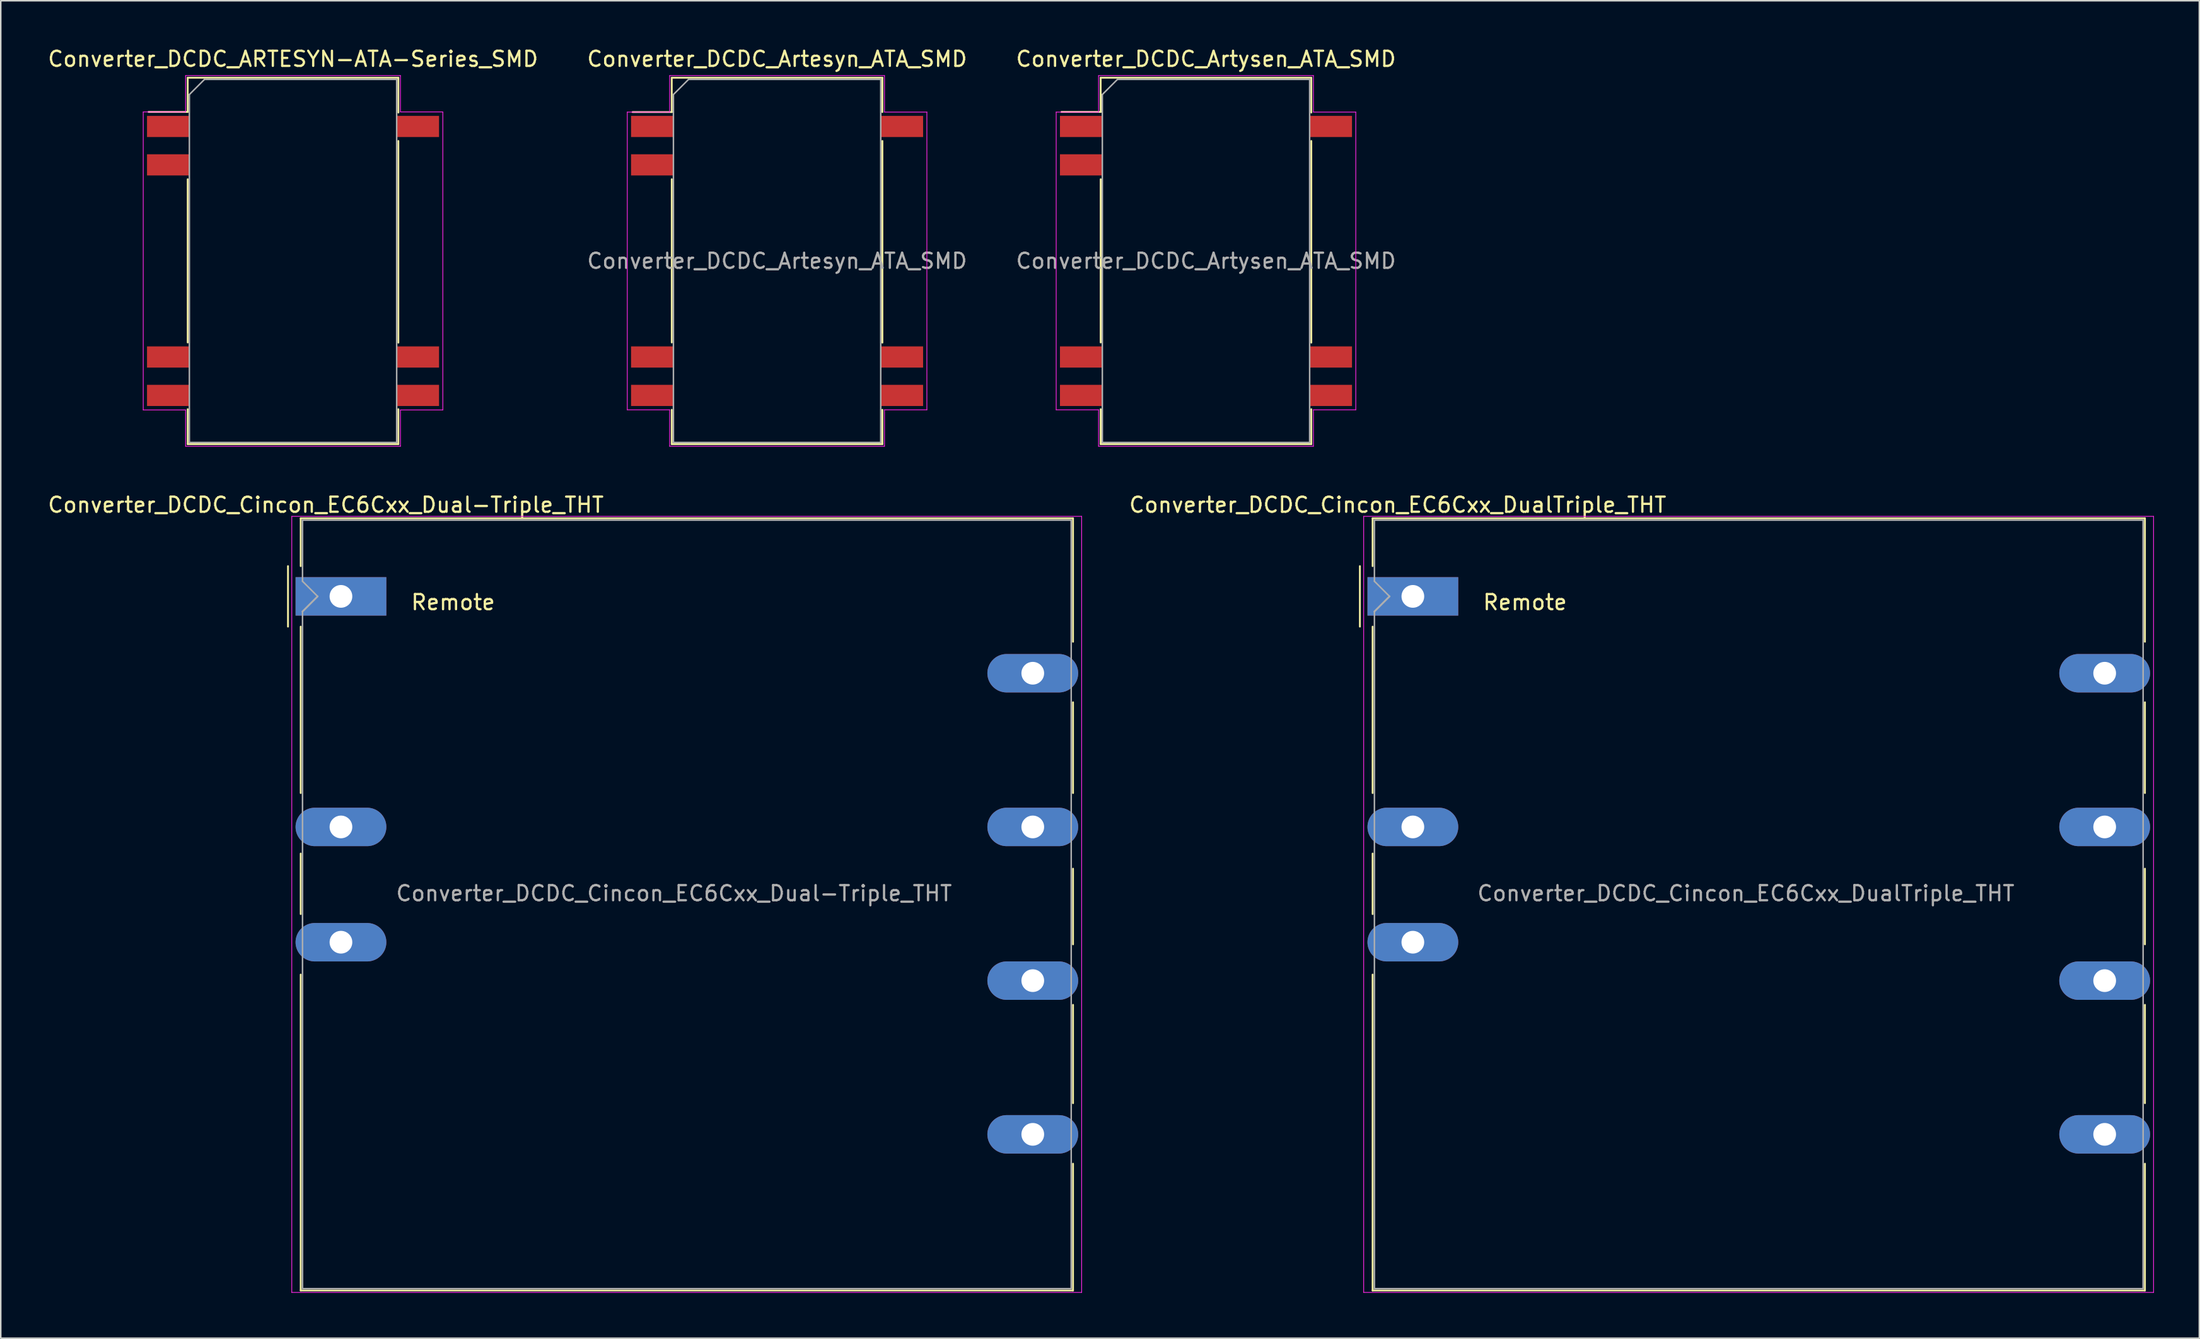
<source format=kicad_pcb>
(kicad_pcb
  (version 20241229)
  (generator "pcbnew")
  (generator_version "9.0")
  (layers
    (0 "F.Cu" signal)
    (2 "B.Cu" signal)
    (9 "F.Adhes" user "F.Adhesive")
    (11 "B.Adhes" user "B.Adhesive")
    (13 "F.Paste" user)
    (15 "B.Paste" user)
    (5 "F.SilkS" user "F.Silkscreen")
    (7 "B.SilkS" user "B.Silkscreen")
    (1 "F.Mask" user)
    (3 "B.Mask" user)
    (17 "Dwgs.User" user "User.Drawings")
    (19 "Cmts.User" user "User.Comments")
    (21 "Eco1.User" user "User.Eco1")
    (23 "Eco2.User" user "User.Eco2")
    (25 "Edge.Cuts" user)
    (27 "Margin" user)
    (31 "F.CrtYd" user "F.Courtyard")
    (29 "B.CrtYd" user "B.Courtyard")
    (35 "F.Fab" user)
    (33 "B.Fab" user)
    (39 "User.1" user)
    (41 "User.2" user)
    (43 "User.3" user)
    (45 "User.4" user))
  (footprint "Converter_DCDC_Artysen_ATA_SMD"
    (layer "F.Cu")
    (at 76.649 14.198)
    (property "Reference" "Converter_DCDC_Artysen_ATA_SMD" (at 0 -13.35 0) (layer "F.SilkS") (effects (font (size 1 1) (thickness 0.15))))
    (attr smd)
    (fp_line (start -6.96 -12.11) (end -6.96 -9.85) (stroke (width 0.12) (type solid)) (layer "F.SilkS"))
    (fp_line (start -6.96 -9.85) (end -9.55 -9.85) (stroke (width 0.12) (type solid)) (layer "F.SilkS"))
    (fp_line (start -6.96 -5.4) (end -6.96 5.39) (stroke (width 0.12) (type solid)) (layer "F.SilkS"))
    (fp_line (start -6.96 9.8) (end -6.96 12.11) (stroke (width 0.12) (type solid)) (layer "F.SilkS"))
    (fp_line (start 6.96 -12.11) (end -6.96 -12.11) (stroke (width 0.12) (type solid)) (layer "F.SilkS"))
    (fp_line (start 6.96 -12.11) (end 6.96 -9.81) (stroke (width 0.12) (type solid)) (layer "F.SilkS"))
    (fp_line (start 6.96 -7.93) (end 6.96 5.4) (stroke (width 0.12) (type solid)) (layer "F.SilkS"))
    (fp_line (start 6.96 9.8) (end 6.96 12.11) (stroke (width 0.12) (type solid)) (layer "F.SilkS"))
    (fp_line (start 6.96 12.11) (end -6.96 12.11) (stroke (width 0.12) (type solid)) (layer "F.SilkS"))
    (fp_line (start -9.9 -9.84) (end -9.9 9.84) (stroke (width 0.05) (type solid)) (layer "F.CrtYd"))
    (fp_line (start -9.9 -9.84) (end -7.1 -9.84) (stroke (width 0.05) (type solid)) (layer "F.CrtYd"))
    (fp_line (start -9.9 9.84) (end -7.1 9.84) (stroke (width 0.05) (type solid)) (layer "F.CrtYd"))
    (fp_line (start -7.1 -9.84) (end -7.1 -12.25) (stroke (width 0.05) (type solid)) (layer "F.CrtYd"))
    (fp_line (start -7.1 9.84) (end -7.1 12.25) (stroke (width 0.05) (type solid)) (layer "F.CrtYd"))
    (fp_line (start -7.1 12.25) (end 7.1 12.25) (stroke (width 0.05) (type solid)) (layer "F.CrtYd"))
    (fp_line (start 7.1 -12.25) (end -7.1 -12.25) (stroke (width 0.05) (type solid)) (layer "F.CrtYd"))
    (fp_line (start 7.1 -12.25) (end 7.1 -9.84) (stroke (width 0.05) (type solid)) (layer "F.CrtYd"))
    (fp_line (start 7.1 -9.84) (end 9.9 -9.84) (stroke (width 0.05) (type solid)) (layer "F.CrtYd"))
    (fp_line (start 7.1 9.84) (end 7.1 12.25) (stroke (width 0.05) (type solid)) (layer "F.CrtYd"))
    (fp_line (start 9.9 9.84) (end 7.1 9.84) (stroke (width 0.05) (type solid)) (layer "F.CrtYd"))
    (fp_line (start 9.9 9.84) (end 9.9 -9.84) (stroke (width 0.05) (type solid)) (layer "F.CrtYd"))
    (fp_line (start -6.85 -11) (end -6.85 12) (stroke (width 0.1) (type solid)) (layer "F.Fab"))
    (fp_line (start -6.85 -11) (end -5.85 -12) (stroke (width 0.1) (type solid)) (layer "F.Fab"))
    (fp_line (start -6.85 12) (end 6.85 12) (stroke (width 0.1) (type solid)) (layer "F.Fab"))
    (fp_line (start 6.85 -12) (end -5.85 -12) (stroke (width 0.1) (type solid)) (layer "F.Fab"))
    (fp_line (start 6.85 12) (end 6.85 -12) (stroke (width 0.1) (type solid)) (layer "F.Fab"))
    (fp_text user "${REFERENCE}" (at 0 0 0) (layer "F.Fab") (effects (font (size 1 1) (thickness 0.15))))
    (pad "1" smd rect (at -8.25 -8.89) (size 2.8 1.4) (layers "F.Cu" "F.Mask" "F.Paste"))
    (pad "2" smd rect (at -8.25 -6.35) (size 2.8 1.4) (layers "F.Cu" "F.Mask" "F.Paste"))
    (pad "7" smd rect (at -8.25 6.35) (size 2.8 1.4) (layers "F.Cu" "F.Mask" "F.Paste"))
    (pad "8" smd rect (at -8.25 8.89) (size 2.8 1.4) (layers "F.Cu" "F.Mask" "F.Paste"))
    (pad "9" smd rect (at 8.25 8.89) (size 2.8 1.4) (layers "F.Cu" "F.Mask" "F.Paste"))
    (pad "10" smd rect (at 8.25 6.35) (size 2.8 1.4) (layers "F.Cu" "F.Mask" "F.Paste"))
    (pad "16" smd rect (at 8.25 -8.89) (size 2.8 1.4) (layers "F.Cu" "F.Mask" "F.Paste")))
  (footprint "Converter_DCDC_Artesyn_ATA_SMD"
    (layer "F.Cu")
    (at 48.304 14.198)
    (property "Reference" "Converter_DCDC_Artesyn_ATA_SMD" (at 0 -13.35 0) (layer "F.SilkS") (effects (font (size 1 1) (thickness 0.15))))
    (attr smd)
    (fp_line (start -6.96 -12.11) (end -6.96 -9.84) (stroke (width 0.12) (type solid)) (layer "F.SilkS"))
    (fp_line (start -6.96 -9.84) (end -9.55 -9.84) (stroke (width 0.12) (type solid)) (layer "F.SilkS"))
    (fp_line (start -6.96 -5.4) (end -6.96 5.39) (stroke (width 0.12) (type solid)) (layer "F.SilkS"))
    (fp_line (start -6.96 9.84) (end -6.96 12.11) (stroke (width 0.12) (type solid)) (layer "F.SilkS"))
    (fp_line (start 6.96 -12.11) (end -6.96 -12.11) (stroke (width 0.12) (type solid)) (layer "F.SilkS"))
    (fp_line (start 6.96 -12.11) (end 6.96 -9.84) (stroke (width 0.12) (type solid)) (layer "F.SilkS"))
    (fp_line (start 6.96 -7.93) (end 6.96 5.4) (stroke (width 0.12) (type solid)) (layer "F.SilkS"))
    (fp_line (start 6.96 9.84) (end 6.96 12.11) (stroke (width 0.12) (type solid)) (layer "F.SilkS"))
    (fp_line (start 6.96 12.11) (end -6.96 12.11) (stroke (width 0.12) (type solid)) (layer "F.SilkS"))
    (fp_line (start -9.9 -9.84) (end -9.9 9.84) (stroke (width 0.05) (type solid)) (layer "F.CrtYd"))
    (fp_line (start -9.9 -9.84) (end -7.1 -9.84) (stroke (width 0.05) (type solid)) (layer "F.CrtYd"))
    (fp_line (start -9.9 9.84) (end -7.1 9.84) (stroke (width 0.05) (type solid)) (layer "F.CrtYd"))
    (fp_line (start -7.1 -9.84) (end -7.1 -12.25) (stroke (width 0.05) (type solid)) (layer "F.CrtYd"))
    (fp_line (start -7.1 9.84) (end -7.1 12.25) (stroke (width 0.05) (type solid)) (layer "F.CrtYd"))
    (fp_line (start -7.1 12.25) (end 7.1 12.25) (stroke (width 0.05) (type solid)) (layer "F.CrtYd"))
    (fp_line (start 7.1 -12.25) (end -7.1 -12.25) (stroke (width 0.05) (type solid)) (layer "F.CrtYd"))
    (fp_line (start 7.1 -12.25) (end 7.1 -9.84) (stroke (width 0.05) (type solid)) (layer "F.CrtYd"))
    (fp_line (start 7.1 -9.84) (end 9.9 -9.84) (stroke (width 0.05) (type solid)) (layer "F.CrtYd"))
    (fp_line (start 7.1 9.84) (end 7.1 12.25) (stroke (width 0.05) (type solid)) (layer "F.CrtYd"))
    (fp_line (start 9.9 9.84) (end 7.1 9.84) (stroke (width 0.05) (type solid)) (layer "F.CrtYd"))
    (fp_line (start 9.9 9.84) (end 9.9 -9.84) (stroke (width 0.05) (type solid)) (layer "F.CrtYd"))
    (fp_line (start -6.85 -11) (end -6.85 12) (stroke (width 0.1) (type solid)) (layer "F.Fab"))
    (fp_line (start -6.85 -11) (end -5.85 -12) (stroke (width 0.1) (type solid)) (layer "F.Fab"))
    (fp_line (start -6.85 12) (end 6.85 12) (stroke (width 0.1) (type solid)) (layer "F.Fab"))
    (fp_line (start 6.85 -12) (end -5.85 -12) (stroke (width 0.1) (type solid)) (layer "F.Fab"))
    (fp_line (start 6.85 12) (end 6.85 -12) (stroke (width 0.1) (type solid)) (layer "F.Fab"))
    (fp_text user "${REFERENCE}" (at 0 0 0) (layer "F.Fab") (effects (font (size 1 1) (thickness 0.15))))
    (pad "1" smd rect (at -8.25 -8.89) (size 2.8 1.4) (layers "F.Cu" "F.Mask" "F.Paste"))
    (pad "2" smd rect (at -8.25 -6.35) (size 2.8 1.4) (layers "F.Cu" "F.Mask" "F.Paste"))
    (pad "7" smd rect (at -8.25 6.35) (size 2.8 1.4) (layers "F.Cu" "F.Mask" "F.Paste"))
    (pad "8" smd rect (at -8.25 8.89) (size 2.8 1.4) (layers "F.Cu" "F.Mask" "F.Paste"))
    (pad "9" smd rect (at 8.25 8.89) (size 2.8 1.4) (layers "F.Cu" "F.Mask" "F.Paste"))
    (pad "10" smd rect (at 8.25 6.35) (size 2.8 1.4) (layers "F.Cu" "F.Mask" "F.Paste"))
    (pad "16" smd rect (at 8.25 -8.89) (size 2.8 1.4) (layers "F.Cu" "F.Mask" "F.Paste")))
  (footprint "Converter_DCDC_Cincon_EC6Cxx_DualTriple_THT"
    (layer "F.Cu")
    (at 90.32 36.371)
    (property "Reference" "Converter_DCDC_Cincon_EC6Cxx_DualTriple_THT" (at -1 -6.05 0) (layer "F.SilkS") (effects (font (size 1 1) (thickness 0.15))))
    (attr through_hole)
    (fp_line (start -3.5 -2) (end -3.5 2) (stroke (width 0.12) (type solid)) (layer "F.SilkS"))
    (fp_line (start -2.66 -5.16) (end 48.38 -5.16) (stroke (width 0.12) (type solid)) (layer "F.SilkS"))
    (fp_line (start -2.66 -2) (end -2.66 -5.16) (stroke (width 0.12) (type solid)) (layer "F.SilkS"))
    (fp_line (start -2.66 2) (end -2.66 13) (stroke (width 0.12) (type solid)) (layer "F.SilkS"))
    (fp_line (start -2.66 17) (end -2.66 21) (stroke (width 0.12) (type solid)) (layer "F.SilkS"))
    (fp_line (start -2.66 25) (end -2.66 45.88) (stroke (width 0.12) (type solid)) (layer "F.SilkS"))
    (fp_line (start 48.38 -5.16) (end 48.38 3) (stroke (width 0.12) (type solid)) (layer "F.SilkS"))
    (fp_line (start 48.38 7) (end 48.38 13) (stroke (width 0.12) (type solid)) (layer "F.SilkS"))
    (fp_line (start 48.38 18) (end 48.38 23) (stroke (width 0.12) (type solid)) (layer "F.SilkS"))
    (fp_line (start 48.38 27) (end 48.38 33.5) (stroke (width 0.12) (type solid)) (layer "F.SilkS"))
    (fp_line (start 48.38 45.88) (end -2.66 45.88) (stroke (width 0.12) (type solid)) (layer "F.SilkS"))
    (fp_line (start 48.38 45.88) (end 48.38 37.5) (stroke (width 0.12) (type solid)) (layer "F.SilkS"))
    (fp_line (start -3.25 -5.29) (end -3.25 46.01) (stroke (width 0.05) (type solid)) (layer "F.CrtYd"))
    (fp_line (start -3.25 -5.29) (end 48.95 -5.29) (stroke (width 0.05) (type solid)) (layer "F.CrtYd"))
    (fp_line (start -3.25 46.01) (end 48.95 46.01) (stroke (width 0.05) (type solid)) (layer "F.CrtYd"))
    (fp_line (start 48.95 -5.29) (end 48.95 46.01) (stroke (width 0.05) (type solid)) (layer "F.CrtYd"))
    (fp_line (start -2.54 -5.04) (end 48.26 -5.04) (stroke (width 0.1) (type solid)) (layer "F.Fab"))
    (fp_line (start -2.54 -1) (end -2.54 -5.04) (stroke (width 0.1) (type solid)) (layer "F.Fab"))
    (fp_line (start -2.54 -1) (end -1.54 0) (stroke (width 0.1) (type solid)) (layer "F.Fab"))
    (fp_line (start -2.54 45.76) (end -2.54 1) (stroke (width 0.1) (type solid)) (layer "F.Fab"))
    (fp_line (start -1.54 0) (end -2.54 1) (stroke (width 0.12) (type solid)) (layer "F.Fab"))
    (fp_line (start 48.26 45.76) (end -2.54 45.76) (stroke (width 0.1) (type solid)) (layer "F.Fab"))
    (fp_line (start 48.26 45.76) (end 48.26 -5.04) (stroke (width 0.1) (type solid)) (layer "F.Fab"))
    (fp_text user "Remote" (at 7.414 0.391 0) (layer "F.SilkS") (effects (font (size 1 1) (thickness 0.15))))
    (fp_text user "${REFERENCE}" (at 22.01 19.63 0) (layer "F.Fab") (effects (font (size 1 1) (thickness 0.15))))
    (pad "1" thru_hole rect (at 0 0) (size 5.999 2.54) (drill 1.5) (layers "*.Cu" "*.Mask"))
    (pad "3" thru_hole oval (at 0 15.24) (size 6 2.54) (drill 1.5) (layers "*.Cu" "*.Mask"))
    (pad "4" thru_hole oval (at 0 22.86) (size 6 2.54) (drill 1.5) (layers "*.Cu" "*.Mask"))
    (pad "5" thru_hole oval (at 45.72 5.08) (size 5.999 2.54) (drill 1.5) (layers "*.Cu" "*.Mask"))
    (pad "6" thru_hole oval (at 45.72 15.24) (size 6 2.54) (drill 1.5) (layers "*.Cu" "*.Mask"))
    (pad "7" thru_hole oval (at 45.72 25.4) (size 6 2.54) (drill 1.5) (layers "*.Cu" "*.Mask"))
    (pad "13" thru_hole oval (at 45.72 35.56) (size 6 2.54) (drill 1.5) (layers "*.Cu" "*.Mask")))
  (footprint "Converter_DCDC_Cincon_EC6Cxx_Dual-Triple_THT"
    (layer "F.Cu")
    (at 19.482 36.371)
    (property "Reference" "Converter_DCDC_Cincon_EC6Cxx_Dual-Triple_THT" (at -1 -6.05 0) (layer "F.SilkS") (effects (font (size 1 1) (thickness 0.15))))
    (attr through_hole)
    (fp_line (start -3.5 -2) (end -3.5 2) (stroke (width 0.12) (type solid)) (layer "F.SilkS"))
    (fp_line (start -2.66 -5.16) (end 48.38 -5.16) (stroke (width 0.12) (type solid)) (layer "F.SilkS"))
    (fp_line (start -2.66 -2) (end -2.66 -5.16) (stroke (width 0.12) (type solid)) (layer "F.SilkS"))
    (fp_line (start -2.66 2) (end -2.66 13) (stroke (width 0.12) (type solid)) (layer "F.SilkS"))
    (fp_line (start -2.66 17) (end -2.66 21) (stroke (width 0.12) (type solid)) (layer "F.SilkS"))
    (fp_line (start -2.66 25) (end -2.66 45.88) (stroke (width 0.12) (type solid)) (layer "F.SilkS"))
    (fp_line (start 48.38 -5.16) (end 48.38 3) (stroke (width 0.12) (type solid)) (layer "F.SilkS"))
    (fp_line (start 48.38 7) (end 48.38 13) (stroke (width 0.12) (type solid)) (layer "F.SilkS"))
    (fp_line (start 48.38 18) (end 48.38 23) (stroke (width 0.12) (type solid)) (layer "F.SilkS"))
    (fp_line (start 48.38 27) (end 48.38 33.5) (stroke (width 0.12) (type solid)) (layer "F.SilkS"))
    (fp_line (start 48.38 45.88) (end -2.66 45.88) (stroke (width 0.12) (type solid)) (layer "F.SilkS"))
    (fp_line (start 48.38 45.88) (end 48.38 37.5) (stroke (width 0.12) (type solid)) (layer "F.SilkS"))
    (fp_line (start -3.25 -5.29) (end -3.25 46.01) (stroke (width 0.05) (type solid)) (layer "F.CrtYd"))
    (fp_line (start -3.25 -5.29) (end 48.95 -5.29) (stroke (width 0.05) (type solid)) (layer "F.CrtYd"))
    (fp_line (start -3.25 46.01) (end 48.95 46.01) (stroke (width 0.05) (type solid)) (layer "F.CrtYd"))
    (fp_line (start 48.95 -5.29) (end 48.95 46.01) (stroke (width 0.05) (type solid)) (layer "F.CrtYd"))
    (fp_line (start -2.54 -5.04) (end 48.26 -5.04) (stroke (width 0.1) (type solid)) (layer "F.Fab"))
    (fp_line (start -2.54 -1) (end -2.54 -5.04) (stroke (width 0.1) (type solid)) (layer "F.Fab"))
    (fp_line (start -2.54 -1) (end -1.54 0) (stroke (width 0.1) (type solid)) (layer "F.Fab"))
    (fp_line (start -2.54 45.76) (end -2.54 1) (stroke (width 0.1) (type solid)) (layer "F.Fab"))
    (fp_line (start -1.54 0) (end -2.54 1) (stroke (width 0.12) (type solid)) (layer "F.Fab"))
    (fp_line (start 48.26 45.76) (end -2.54 45.76) (stroke (width 0.1) (type solid)) (layer "F.Fab"))
    (fp_line (start 48.26 45.76) (end 48.26 -5.04) (stroke (width 0.1) (type solid)) (layer "F.Fab"))
    (fp_text user "Remote" (at 7.414 0.391 0) (layer "F.SilkS") (effects (font (size 1 1) (thickness 0.15))))
    (fp_text user "${REFERENCE}" (at 22.01 19.63 0) (layer "F.Fab") (effects (font (size 1 1) (thickness 0.15))))
    (pad "1" thru_hole rect (at 0 0) (size 5.999 2.54) (drill 1.5) (layers "*.Cu" "*.Mask"))
    (pad "3" thru_hole oval (at 0 15.24) (size 6 2.54) (drill 1.5) (layers "*.Cu" "*.Mask"))
    (pad "4" thru_hole oval (at 0 22.86) (size 6 2.54) (drill 1.5) (layers "*.Cu" "*.Mask"))
    (pad "5" thru_hole oval (at 45.72 5.08) (size 5.999 2.54) (drill 1.5) (layers "*.Cu" "*.Mask"))
    (pad "6" thru_hole oval (at 45.72 15.24) (size 6 2.54) (drill 1.5) (layers "*.Cu" "*.Mask"))
    (pad "7" thru_hole oval (at 45.72 25.4) (size 6 2.54) (drill 1.5) (layers "*.Cu" "*.Mask"))
    (pad "13" thru_hole oval (at 45.72 35.56) (size 6 2.54) (drill 1.5) (layers "*.Cu" "*.Mask")))
  (footprint "Converter_DCDC_ARTESYN-ATA-Series_SMD"
    (layer "F.Cu")
    (at 16.315 14.198)
    (property "Reference" "Converter_DCDC_ARTESYN-ATA-Series_SMD" (at 0 -13.35 0) (layer "F.SilkS") (effects (font (size 1 1) (thickness 0.15))))
    (attr smd)
    (fp_line (start -6.96 -12.11) (end -6.96 -9.85) (stroke (width 0.12) (type solid)) (layer "F.SilkS"))
    (fp_line (start -6.96 -9.85) (end -9.55 -9.85) (stroke (width 0.12) (type solid)) (layer "F.SilkS"))
    (fp_line (start -6.96 -5.4) (end -6.96 5.39) (stroke (width 0.12) (type solid)) (layer "F.SilkS"))
    (fp_line (start -6.96 9.8) (end -6.96 12.11) (stroke (width 0.12) (type solid)) (layer "F.SilkS"))
    (fp_line (start 6.96 -12.11) (end -6.96 -12.11) (stroke (width 0.12) (type solid)) (layer "F.SilkS"))
    (fp_line (start 6.96 -12.11) (end 6.96 -9.81) (stroke (width 0.12) (type solid)) (layer "F.SilkS"))
    (fp_line (start 6.96 -7.93) (end 6.96 5.4) (stroke (width 0.12) (type solid)) (layer "F.SilkS"))
    (fp_line (start 6.96 9.8) (end 6.96 12.11) (stroke (width 0.12) (type solid)) (layer "F.SilkS"))
    (fp_line (start 6.96 12.11) (end -6.96 12.11) (stroke (width 0.12) (type solid)) (layer "F.SilkS"))
    (fp_line (start -9.9 -9.85) (end -9.9 9.85) (stroke (width 0.05) (type solid)) (layer "F.CrtYd"))
    (fp_line (start -9.9 -9.85) (end -7.1 -9.85) (stroke (width 0.05) (type solid)) (layer "F.CrtYd"))
    (fp_line (start -9.9 9.85) (end -7.1 9.85) (stroke (width 0.05) (type solid)) (layer "F.CrtYd"))
    (fp_line (start -7.1 -9.85) (end -7.1 -12.25) (stroke (width 0.05) (type solid)) (layer "F.CrtYd"))
    (fp_line (start -7.1 9.85) (end -7.1 12.25) (stroke (width 0.05) (type solid)) (layer "F.CrtYd"))
    (fp_line (start -7.1 12.25) (end 7.1 12.25) (stroke (width 0.05) (type solid)) (layer "F.CrtYd"))
    (fp_line (start 7.1 -12.25) (end -7.1 -12.25) (stroke (width 0.05) (type solid)) (layer "F.CrtYd"))
    (fp_line (start 7.1 -12.25) (end 7.1 -9.85) (stroke (width 0.05) (type solid)) (layer "F.CrtYd"))
    (fp_line (start 7.1 -9.85) (end 9.9 -9.85) (stroke (width 0.05) (type solid)) (layer "F.CrtYd"))
    (fp_line (start 7.1 9.85) (end 7.1 12.25) (stroke (width 0.05) (type solid)) (layer "F.CrtYd"))
    (fp_line (start 9.9 9.85) (end 7.1 9.85) (stroke (width 0.05) (type solid)) (layer "F.CrtYd"))
    (fp_line (start 9.9 9.85) (end 9.9 -9.85) (stroke (width 0.05) (type solid)) (layer "F.CrtYd"))
    (fp_line (start -6.85 -11) (end -6.85 12) (stroke (width 0.1) (type solid)) (layer "F.Fab"))
    (fp_line (start -6.85 -11) (end -5.85 -12) (stroke (width 0.1) (type solid)) (layer "F.Fab"))
    (fp_line (start -6.85 12) (end 6.85 12) (stroke (width 0.1) (type solid)) (layer "F.Fab"))
    (fp_line (start 6.85 -12) (end -5.85 -12) (stroke (width 0.1) (type solid)) (layer "F.Fab"))
    (fp_line (start 6.85 12) (end 6.85 -12) (stroke (width 0.1) (type solid)) (layer "F.Fab"))
    (pad "1" smd rect (at -8.25 -8.89) (size 2.8 1.4) (layers "F.Cu" "F.Mask" "F.Paste"))
    (pad "2" smd rect (at -8.25 -6.35) (size 2.8 1.4) (layers "F.Cu" "F.Mask" "F.Paste"))
    (pad "7" smd rect (at -8.25 6.35) (size 2.8 1.4) (layers "F.Cu" "F.Mask" "F.Paste"))
    (pad "8" smd rect (at -8.25 8.89) (size 2.8 1.4) (layers "F.Cu" "F.Mask" "F.Paste"))
    (pad "9" smd rect (at 8.25 8.89) (size 2.8 1.4) (layers "F.Cu" "F.Mask" "F.Paste"))
    (pad "10" smd rect (at 8.25 6.35) (size 2.8 1.4) (layers "F.Cu" "F.Mask" "F.Paste"))
    (pad "16" smd rect (at 8.25 -8.89) (size 2.8 1.4) (layers "F.Cu" "F.Mask" "F.Paste")))
  (gr_rect
    (start -3 -3)
    (end 142.295 85.406)
    (stroke (width 0.1) (type default))
    (fill no)
    (layer "Edge.Cuts")))
</source>
